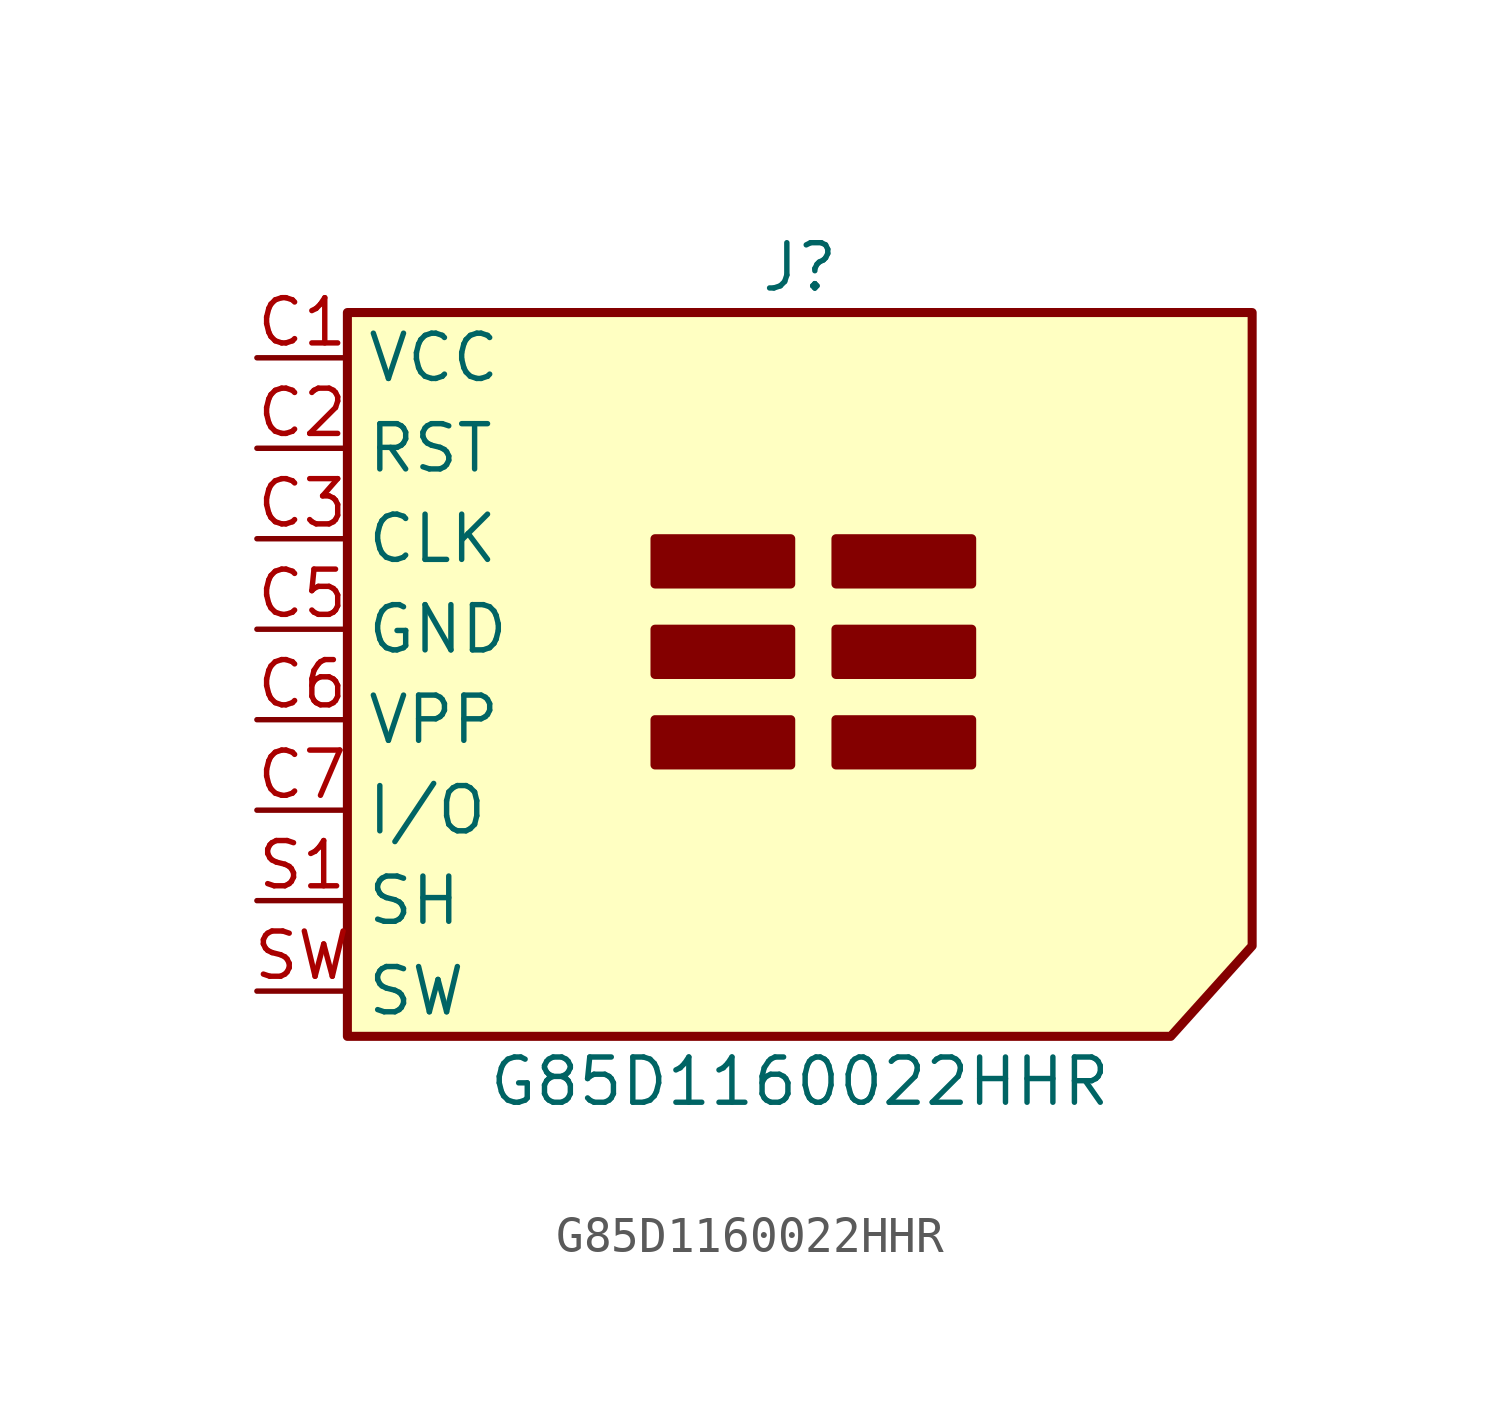
<source format=kicad_sym>
(kicad_symbol_lib
  (version 20231120)
  (generator "kicad_symbol_editor")
  (generator_version "8.0")
  (symbol "G85D1160022HHR"
    (property "Reference" "J"
      (at 0 0 0)
      (effects (font (size 1.27 1.27))))
    (property "Value" "G85D1160022HHR"
      (at 0 -22.86 0)
      (effects (font (size 1.27 1.27))))
    (symbol "G85D1160022HHR_0_1"
      (rectangle (start -4.064 -13.97) (end -0.254 -12.7) (stroke (width 0.254) (type default)) (fill (type outline)))
      (rectangle (start -4.064 -11.43) (end -0.254 -10.16) (stroke (width 0.254) (type default)) (fill (type outline)))
      (rectangle (start -4.064 -8.89) (end -0.254 -7.62) (stroke (width 0.254) (type default)) (fill (type outline)))
      (polyline (pts (xy -12.7 -1.27) (xy -12.7 -21.59) (xy 10.414 -21.59) (xy 12.7 -19.05) (xy 12.7 -1.27) (xy -12.7 -1.27)) (stroke (width 0.254) (type default)) (fill (type background)))
      (rectangle (start 1.016 -12.7) (end 4.826 -13.97) (stroke (width 0.254) (type default)) (fill (type outline)))
      (rectangle (start 1.016 -11.43) (end 4.826 -10.16) (stroke (width 0.254) (type default)) (fill (type outline)))
      (rectangle (start 1.016 -8.89) (end 4.826 -7.62) (stroke (width 0.254) (type default)) (fill (type outline))))
    (symbol "G85D1160022HHR_1_1"
      (pin power_in line (at -15.24 -2.54 0) (length 2.54) (name "VCC" (effects (font (size 1.27 1.27)))) (number "C1" (effects (font (size 1.27 1.27)))))
      (pin input line (at -15.24 -5.08 0) (length 2.54) (name "RST" (effects (font (size 1.27 1.27)))) (number "C2" (effects (font (size 1.27 1.27)))))
      (pin input line (at -15.24 -7.62 0) (length 2.54) (name "CLK" (effects (font (size 1.27 1.27)))) (number "C3" (effects (font (size 1.27 1.27)))))
      (pin power_in line (at -15.24 -10.16 0) (length 2.54) (name "GND" (effects (font (size 1.27 1.27)))) (number "C5" (effects (font (size 1.27 1.27)))))
      (pin input line (at -15.24 -12.7 0) (length 2.54) (name "VPP" (effects (font (size 1.27 1.27)))) (number "C6" (effects (font (size 1.27 1.27)))))
      (pin bidirectional line (at -15.24 -15.24 0) (length 2.54) (name "I/O" (effects (font (size 1.27 1.27)))) (number "C7" (effects (font (size 1.27 1.27)))))
      (pin passive line (at -15.24 -17.78 0) (length 2.54) (name "SH" (effects (font (size 1.27 1.27)))) (number "S1" (effects (font (size 1.27 1.27)))))
      (pin passive line (at -15.24 -17.78 0) (length 2.54) hide (name "SH" (effects (font (size 1.27 1.27)))) (number "S2" (effects (font (size 1.27 1.27)))))
      (pin passive line (at -15.24 -17.78 0) (length 2.54) hide (name "SH" (effects (font (size 1.27 1.27)))) (number "S3" (effects (font (size 1.27 1.27)))))
      (pin passive line (at -15.24 -20.32 0) (length 2.54) (name "SW" (effects (font (size 1.27 1.27)))) (number "SW" (effects (font (size 1.27 1.27))))))))
</source>
